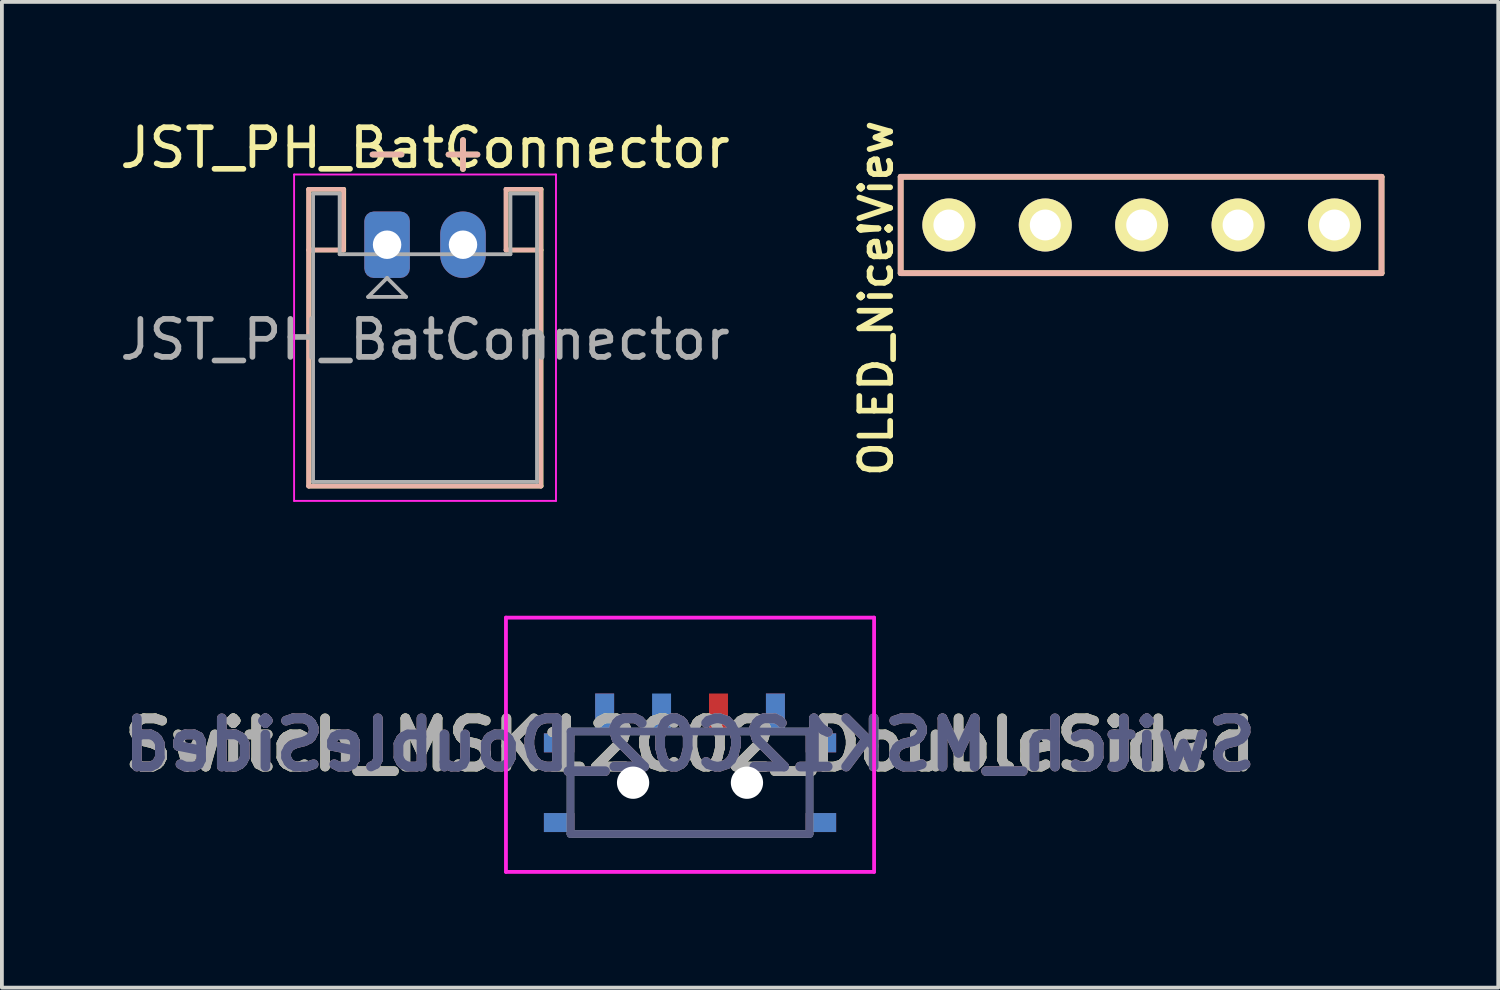
<source format=kicad_pcb>
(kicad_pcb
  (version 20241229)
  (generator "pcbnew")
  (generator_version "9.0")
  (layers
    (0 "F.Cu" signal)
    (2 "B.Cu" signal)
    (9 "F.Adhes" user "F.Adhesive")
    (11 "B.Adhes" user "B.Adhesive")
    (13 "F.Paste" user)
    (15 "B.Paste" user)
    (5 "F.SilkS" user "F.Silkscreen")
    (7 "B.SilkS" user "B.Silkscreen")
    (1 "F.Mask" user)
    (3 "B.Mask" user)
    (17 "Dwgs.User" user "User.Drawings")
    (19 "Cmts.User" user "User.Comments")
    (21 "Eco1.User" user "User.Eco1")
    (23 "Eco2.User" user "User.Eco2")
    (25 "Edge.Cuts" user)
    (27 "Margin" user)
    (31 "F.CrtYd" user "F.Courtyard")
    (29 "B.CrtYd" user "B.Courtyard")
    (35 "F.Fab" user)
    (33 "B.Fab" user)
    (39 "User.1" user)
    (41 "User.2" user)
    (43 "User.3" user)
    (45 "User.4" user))
  (footprint "Switch_MSK12C02_DoubleSided"
    (layer "F.Cu")
    (at 15.131 17.573)
    (property "Reference" "Switch_MSK12C02_DoubleSided" (at 0 -1 0) (layer "F.SilkS") (effects (font (size 1.27 1.27) (thickness 0.254))))
    (attr through_hole)
    (fp_line (start -3.15 -0.25) (end -3.15 -0.25) (stroke (width 0.1) (type solid)) (layer "F.SilkS"))
    (fp_line (start -3.15 -0.25) (end -3.15 0.25) (stroke (width 0.1) (type solid)) (layer "F.SilkS"))
    (fp_line (start -3.15 0.25) (end -3.15 -0.25) (stroke (width 0.1) (type solid)) (layer "F.SilkS"))
    (fp_line (start -3.15 0.25) (end -3.15 0.25) (stroke (width 0.1) (type solid)) (layer "F.SilkS"))
    (fp_line (start -2.5 1.35) (end -2.5 1.35) (stroke (width 0.1) (type solid)) (layer "F.SilkS"))
    (fp_line (start -2.5 1.35) (end 2.5 1.35) (stroke (width 0.1) (type solid)) (layer "F.SilkS"))
    (fp_line (start -1.25 -1.35) (end -1.25 -1.35) (stroke (width 0.1) (type solid)) (layer "F.SilkS"))
    (fp_line (start -1.25 -1.35) (end -0.25 -1.35) (stroke (width 0.1) (type solid)) (layer "F.SilkS"))
    (fp_line (start -0.25 -1.35) (end -1.25 -1.35) (stroke (width 0.1) (type solid)) (layer "F.SilkS"))
    (fp_line (start -0.25 -1.35) (end -0.25 -1.35) (stroke (width 0.1) (type solid)) (layer "F.SilkS"))
    (fp_line (start 2.5 1.35) (end -2.5 1.35) (stroke (width 0.1) (type solid)) (layer "F.SilkS"))
    (fp_line (start 2.5 1.35) (end 2.5 1.35) (stroke (width 0.1) (type solid)) (layer "F.SilkS"))
    (fp_line (start 3.15 -0.25) (end 3.15 -0.25) (stroke (width 0.1) (type solid)) (layer "F.SilkS"))
    (fp_line (start 3.15 -0.25) (end 3.15 0.25) (stroke (width 0.1) (type solid)) (layer "F.SilkS"))
    (fp_line (start 3.15 0.25) (end 3.15 -0.25) (stroke (width 0.1) (type solid)) (layer "F.SilkS"))
    (fp_line (start 3.15 0.25) (end 3.15 0.25) (stroke (width 0.1) (type solid)) (layer "F.SilkS"))
    (fp_line (start -3.15 -0.25) (end -3.15 -0.25) (stroke (width 0.1) (type solid)) (layer "B.SilkS"))
    (fp_line (start -3.15 -0.25) (end -3.15 0.25) (stroke (width 0.1) (type solid)) (layer "B.SilkS"))
    (fp_line (start -3.15 0.25) (end -3.15 -0.25) (stroke (width 0.1) (type solid)) (layer "B.SilkS"))
    (fp_line (start -3.15 0.25) (end -3.15 0.25) (stroke (width 0.1) (type solid)) (layer "B.SilkS"))
    (fp_line (start -2.5 1.35) (end -2.5 1.35) (stroke (width 0.1) (type solid)) (layer "B.SilkS"))
    (fp_line (start -2.5 1.35) (end 2.5 1.35) (stroke (width 0.1) (type solid)) (layer "B.SilkS"))
    (fp_line (start 0.25 -1.35) (end 0.25 -1.35) (stroke (width 0.1) (type solid)) (layer "B.SilkS"))
    (fp_line (start 0.25 -1.35) (end 1.25 -1.35) (stroke (width 0.1) (type solid)) (layer "B.SilkS"))
    (fp_line (start 1.25 -1.35) (end 0.25 -1.35) (stroke (width 0.1) (type solid)) (layer "B.SilkS"))
    (fp_line (start 1.25 -1.35) (end 1.25 -1.35) (stroke (width 0.1) (type solid)) (layer "B.SilkS"))
    (fp_line (start 2.5 1.35) (end -2.5 1.35) (stroke (width 0.1) (type solid)) (layer "B.SilkS"))
    (fp_line (start 2.5 1.35) (end 2.5 1.35) (stroke (width 0.1) (type solid)) (layer "B.SilkS"))
    (fp_line (start 3.15 -0.25) (end 3.15 -0.25) (stroke (width 0.1) (type solid)) (layer "B.SilkS"))
    (fp_line (start 3.15 -0.25) (end 3.15 0.25) (stroke (width 0.1) (type solid)) (layer "B.SilkS"))
    (fp_line (start 3.15 0.25) (end 3.15 -0.25) (stroke (width 0.1) (type solid)) (layer "B.SilkS"))
    (fp_line (start 3.15 0.25) (end 3.15 0.25) (stroke (width 0.1) (type solid)) (layer "B.SilkS"))
    (fp_line (start -4.85 -4.35) (end 4.85 -4.35) (stroke (width 0.1) (type solid)) (layer "F.CrtYd"))
    (fp_line (start -4.85 2.35) (end -4.85 -4.35) (stroke (width 0.1) (type solid)) (layer "F.CrtYd"))
    (fp_line (start 4.85 -4.35) (end 4.85 2.35) (stroke (width 0.1) (type solid)) (layer "F.CrtYd"))
    (fp_line (start 4.85 2.35) (end -4.85 2.35) (stroke (width 0.1) (type solid)) (layer "F.CrtYd"))
    (fp_line (start -3.15 -1.35) (end 3.15 -1.35) (stroke (width 0.2) (type solid)) (layer "B.Fab"))
    (fp_line (start -3.15 1.35) (end -3.15 -1.35) (stroke (width 0.2) (type solid)) (layer "B.Fab"))
    (fp_line (start 3.15 -1.35) (end 3.15 1.35) (stroke (width 0.2) (type solid)) (layer "B.Fab"))
    (fp_line (start 3.15 1.35) (end -3.15 1.35) (stroke (width 0.2) (type solid)) (layer "B.Fab"))
    (fp_line (start -3.15 -1.35) (end -3.15 1.35) (stroke (width 0.2) (type solid)) (layer "F.Fab"))
    (fp_line (start -3.15 1.35) (end 3.15 1.35) (stroke (width 0.2) (type solid)) (layer "F.Fab"))
    (fp_line (start 3.15 -1.35) (end -3.15 -1.35) (stroke (width 0.2) (type solid)) (layer "F.Fab"))
    (fp_line (start 3.15 1.35) (end 3.15 -1.35) (stroke (width 0.2) (type solid)) (layer "F.Fab"))
    (fp_text user "${REFERENCE}" (at 0 -1 0) (layer "B.SilkS") (effects (font (size 1.27 1.27) (thickness 0.254)) (justify mirror)))
    (fp_text user "${REFERENCE}" (at 0 -1 0) (layer "B.Fab") (effects (font (size 1.27 1.27) (thickness 0.254)) (justify mirror)))
    (fp_text user "${REFERENCE}" (at 0 -1 0) (layer "F.Fab") (effects (font (size 1.27 1.27) (thickness 0.254))))
    (pad "" np_thru_hole circle (at -1.5 0) (size 0.85 0.85) (drill 0.85) (layers "*.Cu" "*.Mask"))
    (pad "" np_thru_hole circle (at 1.5 0) (size 0.85 0.85) (drill 0.85) (layers "*.Cu" "*.Mask"))
    (pad "A1" smd rect (at -2.25 -1.85) (size 0.5 1) (layers "F.Cu" "F.Mask" "F.Paste"))
    (pad "A1" smd rect (at 2.25 -1.85) (size 0.5 1) (layers "B.Cu" "B.Mask" "B.Paste"))
    (pad "B1" smd rect (at -0.75 -1.85) (size 0.5 1) (layers "B.Cu" "B.Mask" "B.Paste"))
    (pad "B1" smd rect (at 0.75 -1.85) (size 0.5 1) (layers "F.Cu" "F.Mask" "F.Paste"))
    (pad "C1" smd rect (at -2.25 -1.85) (size 0.5 1) (layers "B.Cu" "B.Mask" "B.Paste"))
    (pad "C1" smd rect (at 2.25 -1.85) (size 0.5 1) (layers "F.Cu" "F.Mask" "F.Paste"))
    (pad "MP1" smd rect (at 3.45 -1.05 90) (size 0.5 0.8) (layers "F.Cu" "F.Mask" "F.Paste"))
    (pad "MP1" smd rect (at 3.45 -1.05 270) (size 0.5 0.8) (layers "B.Cu" "B.Mask" "B.Paste"))
    (pad "MP2" smd rect (at 3.45 1.05 90) (size 0.5 0.8) (layers "F.Cu" "F.Mask" "F.Paste"))
    (pad "MP2" smd rect (at 3.45 1.05 270) (size 0.5 0.8) (layers "B.Cu" "B.Mask" "B.Paste"))
    (pad "MP3" smd rect (at -3.45 1.05 90) (size 0.5 0.8) (layers "F.Cu" "F.Mask" "F.Paste"))
    (pad "MP3" smd rect (at -3.45 1.05 270) (size 0.5 0.8) (layers "B.Cu" "B.Mask" "B.Paste"))
    (pad "MP4" smd rect (at -3.45 -1.05 90) (size 0.5 0.8) (layers "F.Cu" "F.Mask" "F.Paste"))
    (pad "MP4" smd rect (at -3.45 -1.05 270) (size 0.5 0.8) (layers "B.Cu" "B.Mask" "B.Paste")))
  (footprint "OLED_Nice!View"
    (layer "F.Cu")
    (at 21.951 2.878)
    (property "Reference" "OLED_Nice!View" (at -1.915 1.93 90) (layer "F.SilkS") (effects (font (size 0.813 0.813) (thickness 0.15))))
    (attr through_hole)
    (fp_line (start -1.27 -1.27) (end 11.4 -1.27) (stroke (width 0.15) (type solid)) (layer "F.SilkS"))
    (fp_line (start -1.27 1.27) (end -1.27 -1.27) (stroke (width 0.15) (type solid)) (layer "F.SilkS"))
    (fp_line (start -1.27 1.27) (end 11.4 1.27) (stroke (width 0.15) (type solid)) (layer "F.SilkS"))
    (fp_line (start 11.4 -1.27) (end 11.4 1.27) (stroke (width 0.15) (type solid)) (layer "F.SilkS"))
    (fp_line (start -1.27 -1.27) (end 11.4 -1.27) (stroke (width 0.15) (type solid)) (layer "B.SilkS"))
    (fp_line (start -1.27 1.27) (end -1.27 -1.27) (stroke (width 0.15) (type solid)) (layer "B.SilkS"))
    (fp_line (start 11.4 -1.27) (end 11.4 1.27) (stroke (width 0.15) (type solid)) (layer "B.SilkS"))
    (fp_line (start 11.4 1.27) (end -1.27 1.27) (stroke (width 0.15) (type solid)) (layer "B.SilkS"))
    (pad "1" thru_hole circle (at 0 0) (size 1.397 1.397) (drill 0.813) (layers "*.Cu" "*.Mask" "F.SilkS"))
    (pad "2" thru_hole circle (at 2.54 0) (size 1.397 1.397) (drill 0.813) (layers "*.Cu" "*.Mask" "F.SilkS"))
    (pad "3" thru_hole circle (at 5.08 0) (size 1.397 1.397) (drill 0.813) (layers "*.Cu" "*.Mask" "F.SilkS"))
    (pad "4" thru_hole circle (at 7.62 0) (size 1.397 1.397) (drill 0.813) (layers "*.Cu" "*.Mask" "F.SilkS"))
    (pad "5" thru_hole circle (at 10.16 0) (size 1.397 1.397) (drill 0.813) (layers "*.Cu" "*.Mask" "F.SilkS")))
  (footprint "JST_PH_BatConnector"
    (layer "F.Cu")
    (at 7.149 3.398)
    (property "Reference" "JST_PH_BatConnector" (at 1 -2.55 0) (layer "F.SilkS") (effects (font (size 1 1) (thickness 0.15))))
    (attr through_hole)
    (fp_line (start -2.06 -1.46) (end -2.06 6.36) (stroke (width 0.12) (type solid)) (layer "F.SilkS"))
    (fp_line (start -2.06 0.14) (end -1.14 0.14) (stroke (width 0.12) (type solid)) (layer "F.SilkS"))
    (fp_line (start -2.06 6.36) (end 4.06 6.36) (stroke (width 0.12) (type solid)) (layer "F.SilkS"))
    (fp_line (start -1.14 -1.46) (end -2.06 -1.46) (stroke (width 0.12) (type solid)) (layer "F.SilkS"))
    (fp_line (start -1.14 0.14) (end -1.14 -1.46) (stroke (width 0.12) (type solid)) (layer "F.SilkS"))
    (fp_line (start 3.14 -1.46) (end 3.14 0.14) (stroke (width 0.12) (type solid)) (layer "F.SilkS"))
    (fp_line (start 4.06 -1.46) (end 3.14 -1.46) (stroke (width 0.12) (type solid)) (layer "F.SilkS"))
    (fp_line (start 4.06 0.14) (end 3.14 0.14) (stroke (width 0.12) (type solid)) (layer "F.SilkS"))
    (fp_line (start 4.06 6.36) (end 4.06 -1.46) (stroke (width 0.12) (type solid)) (layer "F.SilkS"))
    (fp_line (start -2.07 -1.46) (end -1.15 -1.46) (stroke (width 0.12) (type solid)) (layer "B.SilkS"))
    (fp_line (start -2.07 0.14) (end -1.15 0.14) (stroke (width 0.12) (type solid)) (layer "B.SilkS"))
    (fp_line (start -2.07 6.36) (end -2.07 -1.46) (stroke (width 0.12) (type solid)) (layer "B.SilkS"))
    (fp_line (start -1.15 -1.46) (end -1.15 0.14) (stroke (width 0.12) (type solid)) (layer "B.SilkS"))
    (fp_line (start 3.13 -1.46) (end 4.05 -1.46) (stroke (width 0.12) (type solid)) (layer "B.SilkS"))
    (fp_line (start 3.13 0.14) (end 3.13 -1.46) (stroke (width 0.12) (type solid)) (layer "B.SilkS"))
    (fp_line (start 4.05 -1.46) (end 4.05 6.36) (stroke (width 0.12) (type solid)) (layer "B.SilkS"))
    (fp_line (start 4.05 0.14) (end 3.13 0.14) (stroke (width 0.12) (type solid)) (layer "B.SilkS"))
    (fp_line (start 4.05 6.36) (end -2.07 6.36) (stroke (width 0.12) (type solid)) (layer "B.SilkS"))
    (fp_line (start -2.45 -1.85) (end -2.45 6.75) (stroke (width 0.05) (type solid)) (layer "F.CrtYd"))
    (fp_line (start -2.45 6.75) (end 4.45 6.75) (stroke (width 0.05) (type solid)) (layer "F.CrtYd"))
    (fp_line (start 4.45 -1.85) (end -2.45 -1.85) (stroke (width 0.05) (type solid)) (layer "F.CrtYd"))
    (fp_line (start 4.45 6.75) (end 4.45 -1.85) (stroke (width 0.05) (type solid)) (layer "F.CrtYd"))
    (fp_line (start -1.95 -1.35) (end -1.95 6.25) (stroke (width 0.1) (type solid)) (layer "F.Fab"))
    (fp_line (start -1.95 6.25) (end 3.95 6.25) (stroke (width 0.1) (type solid)) (layer "F.Fab"))
    (fp_line (start -1.25 -1.35) (end -1.95 -1.35) (stroke (width 0.1) (type solid)) (layer "F.Fab"))
    (fp_line (start -1.25 0.25) (end -1.25 -1.35) (stroke (width 0.1) (type solid)) (layer "F.Fab"))
    (fp_line (start -0.5 1.375) (end 0.5 1.375) (stroke (width 0.1) (type solid)) (layer "F.Fab"))
    (fp_line (start 0 0.875) (end -0.5 1.375) (stroke (width 0.1) (type solid)) (layer "F.Fab"))
    (fp_line (start 0.5 1.375) (end 0 0.875) (stroke (width 0.1) (type solid)) (layer "F.Fab"))
    (fp_line (start 3.25 -1.35) (end 3.25 0.25) (stroke (width 0.1) (type solid)) (layer "F.Fab"))
    (fp_line (start 3.25 0.25) (end -1.25 0.25) (stroke (width 0.1) (type solid)) (layer "F.Fab"))
    (fp_line (start 3.95 -1.35) (end 3.25 -1.35) (stroke (width 0.1) (type solid)) (layer "F.Fab"))
    (fp_line (start 3.95 6.25) (end 3.95 -1.35) (stroke (width 0.1) (type solid)) (layer "F.Fab"))
    (fp_text user "+" (at 2 -2.45 0) (unlocked yes) (layer "F.SilkS") (effects (font (size 1 1) (thickness 0.15))))
    (fp_text user "-" (at 0 -2.45 0) (unlocked yes) (layer "F.SilkS") (effects (font (size 1 1) (thickness 0.15))))
    (fp_text user "+" (at 2 -2.451 0) (unlocked yes) (layer "B.SilkS") (effects (font (size 1 1) (thickness 0.15)) (justify mirror)))
    (fp_text user "-" (at -0.004 -2.452 0) (unlocked yes) (layer "B.SilkS") (effects (font (size 1 1) (thickness 0.15)) (justify mirror)))
    (fp_text user "${REFERENCE}" (at 1 2.5 0) (layer "F.Fab") (effects (font (size 1 1) (thickness 0.15))))
    (pad "1" thru_hole roundrect (at 0 0) (size 1.2 1.75) (drill 0.75) (layers "*.Cu" "*.Mask") (roundrect_rratio 0.208))
    (pad "2" thru_hole oval (at 2 0) (size 1.2 1.75) (drill 0.75) (layers "*.Cu" "*.Mask")))
  (gr_rect
    (start -3 -3)
    (end 36.426 22.973)
    (stroke (width 0.1) (type default))
    (fill no)
    (layer "Edge.Cuts")))
</source>
